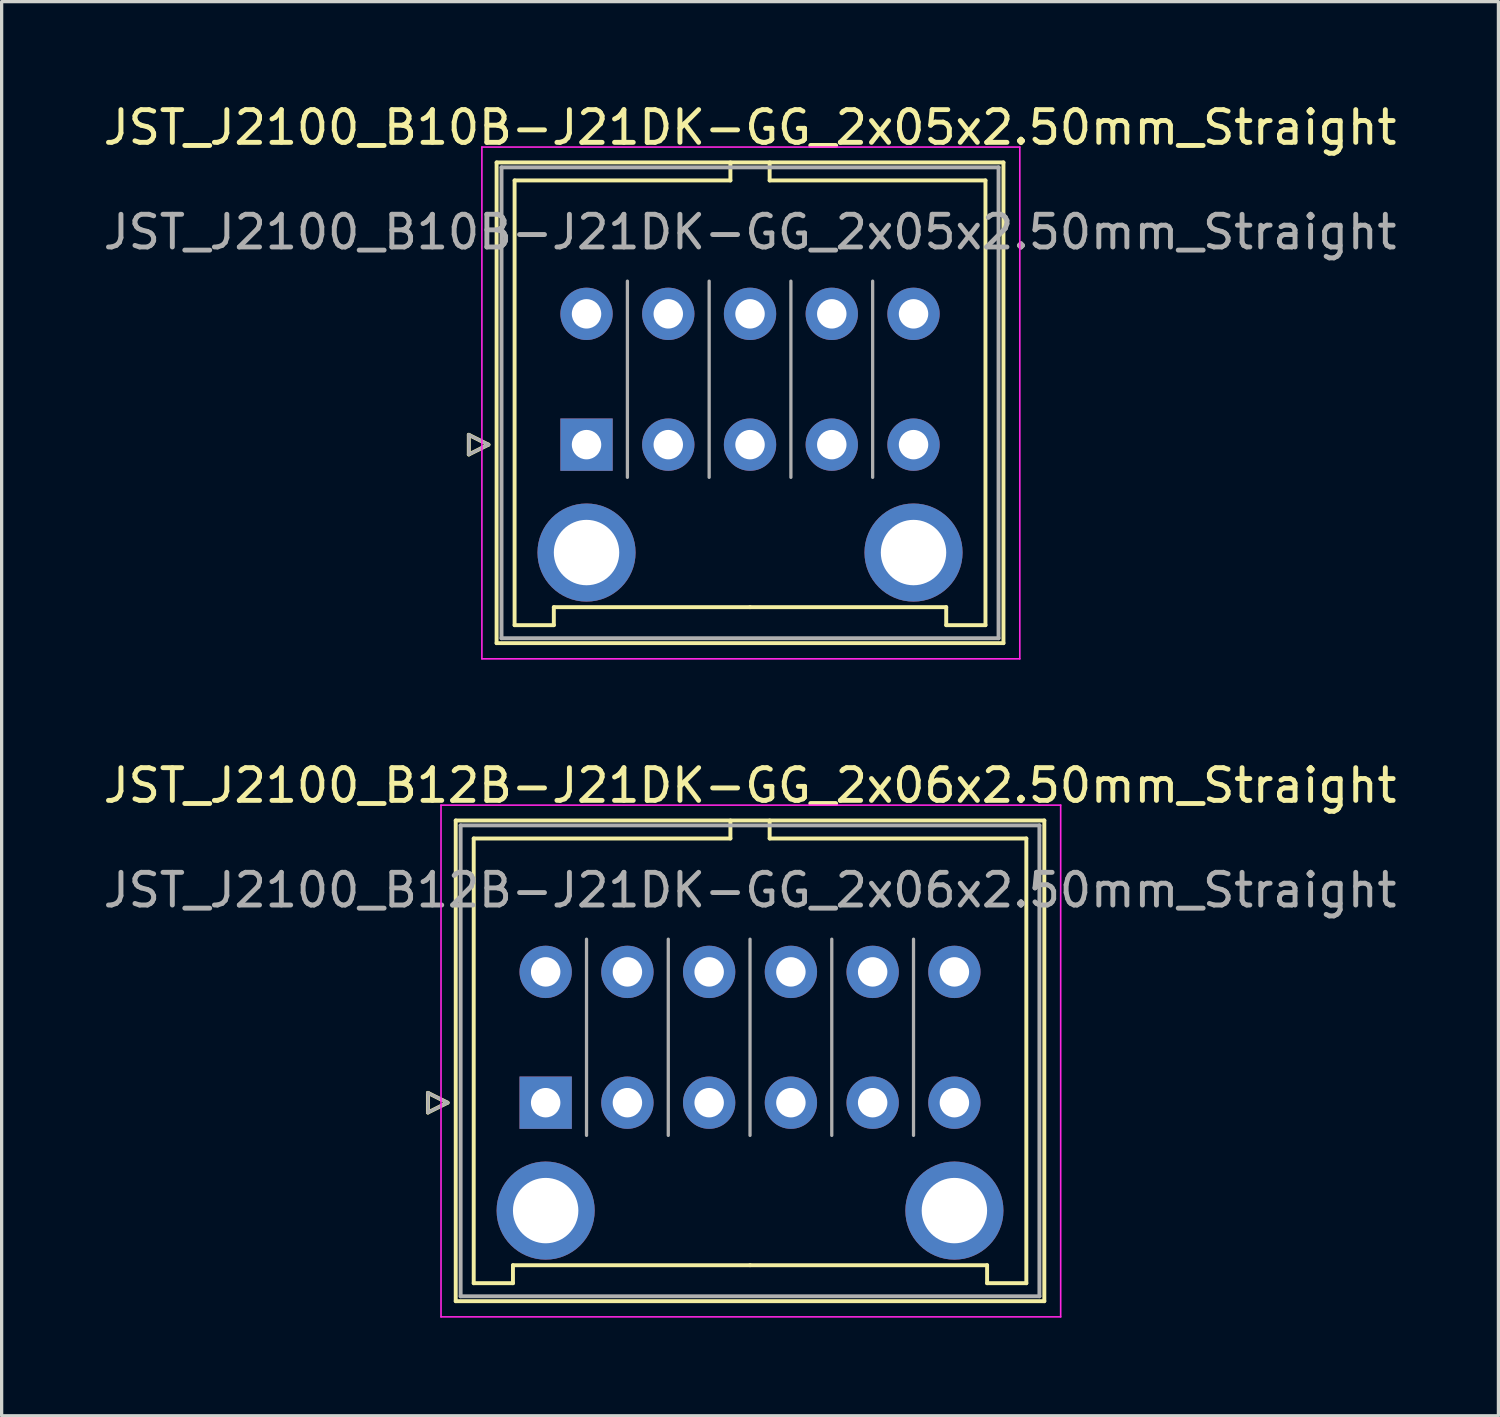
<source format=kicad_pcb>
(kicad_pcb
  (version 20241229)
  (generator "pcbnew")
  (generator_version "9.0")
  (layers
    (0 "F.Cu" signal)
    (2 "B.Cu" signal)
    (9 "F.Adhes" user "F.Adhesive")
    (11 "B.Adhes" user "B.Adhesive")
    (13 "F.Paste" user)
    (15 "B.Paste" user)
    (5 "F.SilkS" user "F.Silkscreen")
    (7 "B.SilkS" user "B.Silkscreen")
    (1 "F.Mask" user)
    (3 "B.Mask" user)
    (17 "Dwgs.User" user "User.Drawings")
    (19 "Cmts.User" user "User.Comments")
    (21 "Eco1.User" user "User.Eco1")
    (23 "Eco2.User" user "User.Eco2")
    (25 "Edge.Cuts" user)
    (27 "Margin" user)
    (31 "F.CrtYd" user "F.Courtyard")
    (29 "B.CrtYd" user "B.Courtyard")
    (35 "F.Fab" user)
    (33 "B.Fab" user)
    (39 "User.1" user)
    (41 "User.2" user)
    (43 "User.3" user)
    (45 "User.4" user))
  (footprint "JST_J2100_B10B-J21DK-GG_2x05x2.50mm_Straight"
    (layer "F.Cu")
    (at 14.887 10.548)
    (property "Reference" "JST_J2100_B10B-J21DK-GG_2x05x2.50mm_Straight" (at 5 -9.7 0) (layer "F.SilkS") (effects (font (size 1 1) (thickness 0.15))))
    (attr through_hole)
    (fp_line (start -3.6 -0.3) (end -3 0) (stroke (width 0.12) (type solid)) (layer "F.SilkS"))
    (fp_line (start -3.6 0.3) (end -3.6 -0.3) (stroke (width 0.12) (type solid)) (layer "F.SilkS"))
    (fp_line (start -3 0) (end -3.6 0.3) (stroke (width 0.12) (type solid)) (layer "F.SilkS"))
    (fp_line (start -2.75 -8.63) (end -2.75 6.07) (stroke (width 0.12) (type solid)) (layer "F.SilkS"))
    (fp_line (start -2.75 6.07) (end 12.75 6.07) (stroke (width 0.12) (type solid)) (layer "F.SilkS"))
    (fp_line (start -2.2 -8.08) (end -2.2 5.52) (stroke (width 0.12) (type solid)) (layer "F.SilkS"))
    (fp_line (start -2.2 5.52) (end -1 5.52) (stroke (width 0.12) (type solid)) (layer "F.SilkS"))
    (fp_line (start -1 4.97) (end 5 4.97) (stroke (width 0.12) (type solid)) (layer "F.SilkS"))
    (fp_line (start -1 5.52) (end -1 4.97) (stroke (width 0.12) (type solid)) (layer "F.SilkS"))
    (fp_line (start 4.4 -8.63) (end 4.4 -8.08) (stroke (width 0.12) (type solid)) (layer "F.SilkS"))
    (fp_line (start 4.4 -8.08) (end -2.2 -8.08) (stroke (width 0.12) (type solid)) (layer "F.SilkS"))
    (fp_line (start 5.6 -8.63) (end 5.6 -8.08) (stroke (width 0.12) (type solid)) (layer "F.SilkS"))
    (fp_line (start 5.6 -8.08) (end 12.2 -8.08) (stroke (width 0.12) (type solid)) (layer "F.SilkS"))
    (fp_line (start 11 4.97) (end 5 4.97) (stroke (width 0.12) (type solid)) (layer "F.SilkS"))
    (fp_line (start 11 5.52) (end 11 4.97) (stroke (width 0.12) (type solid)) (layer "F.SilkS"))
    (fp_line (start 12.2 -8.08) (end 12.2 5.52) (stroke (width 0.12) (type solid)) (layer "F.SilkS"))
    (fp_line (start 12.2 5.52) (end 11 5.52) (stroke (width 0.12) (type solid)) (layer "F.SilkS"))
    (fp_line (start 12.75 -8.63) (end -2.75 -8.63) (stroke (width 0.12) (type solid)) (layer "F.SilkS"))
    (fp_line (start 12.75 6.07) (end 12.75 -8.63) (stroke (width 0.12) (type solid)) (layer "F.SilkS"))
    (fp_line (start -3.2 -9.1) (end -3.2 6.55) (stroke (width 0.05) (type solid)) (layer "F.CrtYd"))
    (fp_line (start -3.2 6.55) (end 13.25 6.55) (stroke (width 0.05) (type solid)) (layer "F.CrtYd"))
    (fp_line (start 13.25 -9.1) (end -3.2 -9.1) (stroke (width 0.05) (type solid)) (layer "F.CrtYd"))
    (fp_line (start 13.25 6.55) (end 13.25 -9.1) (stroke (width 0.05) (type solid)) (layer "F.CrtYd"))
    (fp_line (start -3.6 -0.3) (end -3 0) (stroke (width 0.1) (type solid)) (layer "F.Fab"))
    (fp_line (start -3.6 0.3) (end -3.6 -0.3) (stroke (width 0.1) (type solid)) (layer "F.Fab"))
    (fp_line (start -3 0) (end -3.6 0.3) (stroke (width 0.1) (type solid)) (layer "F.Fab"))
    (fp_line (start -2.6 -8.48) (end -2.6 5.92) (stroke (width 0.12) (type solid)) (layer "F.Fab"))
    (fp_line (start -2.6 5.92) (end 12.6 5.92) (stroke (width 0.12) (type solid)) (layer "F.Fab"))
    (fp_line (start 1.25 1) (end 1.25 -5) (stroke (width 0.1) (type solid)) (layer "F.Fab"))
    (fp_line (start 3.75 1) (end 3.75 -5) (stroke (width 0.1) (type solid)) (layer "F.Fab"))
    (fp_line (start 6.25 1) (end 6.25 -5) (stroke (width 0.1) (type solid)) (layer "F.Fab"))
    (fp_line (start 8.75 1) (end 8.75 -5) (stroke (width 0.1) (type solid)) (layer "F.Fab"))
    (fp_line (start 12.6 -8.48) (end -2.6 -8.48) (stroke (width 0.12) (type solid)) (layer "F.Fab"))
    (fp_line (start 12.6 5.92) (end 12.6 -8.48) (stroke (width 0.12) (type solid)) (layer "F.Fab"))
    (fp_text user "${REFERENCE}" (at 5 -6.5 0) (layer "F.Fab") (effects (font (size 1 1) (thickness 0.15))))
    (pad "" thru_hole circle (at 0 3.3) (size 3 3) (drill 2) (layers "*.Cu" "*.Mask"))
    (pad "" thru_hole circle (at 10 3.3) (size 3 3) (drill 2) (layers "*.Cu" "*.Mask"))
    (pad "1" thru_hole rect (at 0 0) (size 1.6 1.6) (drill 0.9) (layers "*.Cu" "*.Mask"))
    (pad "2" thru_hole circle (at 0 -4) (size 1.6 1.6) (drill 0.9) (layers "*.Cu" "*.Mask"))
    (pad "3" thru_hole circle (at 2.5 0) (size 1.6 1.6) (drill 0.9) (layers "*.Cu" "*.Mask"))
    (pad "4" thru_hole circle (at 2.5 -4) (size 1.6 1.6) (drill 0.9) (layers "*.Cu" "*.Mask"))
    (pad "5" thru_hole circle (at 5 0) (size 1.6 1.6) (drill 0.9) (layers "*.Cu" "*.Mask"))
    (pad "6" thru_hole circle (at 5 -4) (size 1.6 1.6) (drill 0.9) (layers "*.Cu" "*.Mask"))
    (pad "7" thru_hole circle (at 7.5 0) (size 1.6 1.6) (drill 0.9) (layers "*.Cu" "*.Mask"))
    (pad "8" thru_hole circle (at 7.5 -4) (size 1.6 1.6) (drill 0.9) (layers "*.Cu" "*.Mask"))
    (pad "9" thru_hole circle (at 10 0) (size 1.6 1.6) (drill 0.9) (layers "*.Cu" "*.Mask"))
    (pad "10" thru_hole circle (at 10 -4) (size 1.6 1.6) (drill 0.9) (layers "*.Cu" "*.Mask")))
  (footprint "JST_J2100_B12B-J21DK-GG_2x06x2.50mm_Straight"
    (layer "F.Cu")
    (at 13.637 30.672)
    (property "Reference" "JST_J2100_B12B-J21DK-GG_2x06x2.50mm_Straight" (at 6.25 -9.7 0) (layer "F.SilkS") (effects (font (size 1 1) (thickness 0.15))))
    (attr through_hole)
    (fp_line (start -3.6 -0.3) (end -3 0) (stroke (width 0.12) (type solid)) (layer "F.SilkS"))
    (fp_line (start -3.6 0.3) (end -3.6 -0.3) (stroke (width 0.12) (type solid)) (layer "F.SilkS"))
    (fp_line (start -3 0) (end -3.6 0.3) (stroke (width 0.12) (type solid)) (layer "F.SilkS"))
    (fp_line (start -2.75 -8.63) (end -2.75 6.07) (stroke (width 0.12) (type solid)) (layer "F.SilkS"))
    (fp_line (start -2.75 6.07) (end 15.25 6.07) (stroke (width 0.12) (type solid)) (layer "F.SilkS"))
    (fp_line (start -2.2 -8.08) (end -2.2 5.52) (stroke (width 0.12) (type solid)) (layer "F.SilkS"))
    (fp_line (start -2.2 5.52) (end -1 5.52) (stroke (width 0.12) (type solid)) (layer "F.SilkS"))
    (fp_line (start -1 4.97) (end 6.25 4.97) (stroke (width 0.12) (type solid)) (layer "F.SilkS"))
    (fp_line (start -1 5.52) (end -1 4.97) (stroke (width 0.12) (type solid)) (layer "F.SilkS"))
    (fp_line (start 5.65 -8.63) (end 5.65 -8.08) (stroke (width 0.12) (type solid)) (layer "F.SilkS"))
    (fp_line (start 5.65 -8.08) (end -2.2 -8.08) (stroke (width 0.12) (type solid)) (layer "F.SilkS"))
    (fp_line (start 6.85 -8.63) (end 6.85 -8.08) (stroke (width 0.12) (type solid)) (layer "F.SilkS"))
    (fp_line (start 6.85 -8.08) (end 14.7 -8.08) (stroke (width 0.12) (type solid)) (layer "F.SilkS"))
    (fp_line (start 13.5 4.97) (end 6.25 4.97) (stroke (width 0.12) (type solid)) (layer "F.SilkS"))
    (fp_line (start 13.5 5.52) (end 13.5 4.97) (stroke (width 0.12) (type solid)) (layer "F.SilkS"))
    (fp_line (start 14.7 -8.08) (end 14.7 5.52) (stroke (width 0.12) (type solid)) (layer "F.SilkS"))
    (fp_line (start 14.7 5.52) (end 13.5 5.52) (stroke (width 0.12) (type solid)) (layer "F.SilkS"))
    (fp_line (start 15.25 -8.63) (end -2.75 -8.63) (stroke (width 0.12) (type solid)) (layer "F.SilkS"))
    (fp_line (start 15.25 6.07) (end 15.25 -8.63) (stroke (width 0.12) (type solid)) (layer "F.SilkS"))
    (fp_line (start -3.2 -9.1) (end -3.2 6.55) (stroke (width 0.05) (type solid)) (layer "F.CrtYd"))
    (fp_line (start -3.2 6.55) (end 15.75 6.55) (stroke (width 0.05) (type solid)) (layer "F.CrtYd"))
    (fp_line (start 15.75 -9.1) (end -3.2 -9.1) (stroke (width 0.05) (type solid)) (layer "F.CrtYd"))
    (fp_line (start 15.75 6.55) (end 15.75 -9.1) (stroke (width 0.05) (type solid)) (layer "F.CrtYd"))
    (fp_line (start -3.6 -0.3) (end -3 0) (stroke (width 0.1) (type solid)) (layer "F.Fab"))
    (fp_line (start -3.6 0.3) (end -3.6 -0.3) (stroke (width 0.1) (type solid)) (layer "F.Fab"))
    (fp_line (start -3 0) (end -3.6 0.3) (stroke (width 0.1) (type solid)) (layer "F.Fab"))
    (fp_line (start -2.6 -8.48) (end -2.6 5.92) (stroke (width 0.12) (type solid)) (layer "F.Fab"))
    (fp_line (start -2.6 5.92) (end 15.1 5.92) (stroke (width 0.12) (type solid)) (layer "F.Fab"))
    (fp_line (start 1.25 1) (end 1.25 -5) (stroke (width 0.1) (type solid)) (layer "F.Fab"))
    (fp_line (start 3.75 1) (end 3.75 -5) (stroke (width 0.1) (type solid)) (layer "F.Fab"))
    (fp_line (start 6.25 1) (end 6.25 -5) (stroke (width 0.1) (type solid)) (layer "F.Fab"))
    (fp_line (start 8.75 1) (end 8.75 -5) (stroke (width 0.1) (type solid)) (layer "F.Fab"))
    (fp_line (start 11.25 1) (end 11.25 -5) (stroke (width 0.1) (type solid)) (layer "F.Fab"))
    (fp_line (start 15.1 -8.48) (end -2.6 -8.48) (stroke (width 0.12) (type solid)) (layer "F.Fab"))
    (fp_line (start 15.1 5.92) (end 15.1 -8.48) (stroke (width 0.12) (type solid)) (layer "F.Fab"))
    (fp_text user "${REFERENCE}" (at 6.25 -6.5 0) (layer "F.Fab") (effects (font (size 1 1) (thickness 0.15))))
    (pad "" thru_hole circle (at 0 3.3) (size 3 3) (drill 2) (layers "*.Cu" "*.Mask"))
    (pad "" thru_hole circle (at 12.5 3.3) (size 3 3) (drill 2) (layers "*.Cu" "*.Mask"))
    (pad "1" thru_hole rect (at 0 0) (size 1.6 1.6) (drill 0.9) (layers "*.Cu" "*.Mask"))
    (pad "2" thru_hole circle (at 0 -4) (size 1.6 1.6) (drill 0.9) (layers "*.Cu" "*.Mask"))
    (pad "3" thru_hole circle (at 2.5 0) (size 1.6 1.6) (drill 0.9) (layers "*.Cu" "*.Mask"))
    (pad "4" thru_hole circle (at 2.5 -4) (size 1.6 1.6) (drill 0.9) (layers "*.Cu" "*.Mask"))
    (pad "5" thru_hole circle (at 5 0) (size 1.6 1.6) (drill 0.9) (layers "*.Cu" "*.Mask"))
    (pad "6" thru_hole circle (at 5 -4) (size 1.6 1.6) (drill 0.9) (layers "*.Cu" "*.Mask"))
    (pad "7" thru_hole circle (at 7.5 0) (size 1.6 1.6) (drill 0.9) (layers "*.Cu" "*.Mask"))
    (pad "8" thru_hole circle (at 7.5 -4) (size 1.6 1.6) (drill 0.9) (layers "*.Cu" "*.Mask"))
    (pad "9" thru_hole circle (at 10 0) (size 1.6 1.6) (drill 0.9) (layers "*.Cu" "*.Mask"))
    (pad "10" thru_hole circle (at 10 -4) (size 1.6 1.6) (drill 0.9) (layers "*.Cu" "*.Mask"))
    (pad "11" thru_hole circle (at 12.5 0) (size 1.6 1.6) (drill 0.9) (layers "*.Cu" "*.Mask"))
    (pad "12" thru_hole circle (at 12.5 -4) (size 1.6 1.6) (drill 0.9) (layers "*.Cu" "*.Mask")))
  (gr_rect
    (start -3 -3)
    (end 42.774 40.246)
    (stroke (width 0.1) (type default))
    (fill no)
    (layer "Edge.Cuts")))
</source>
